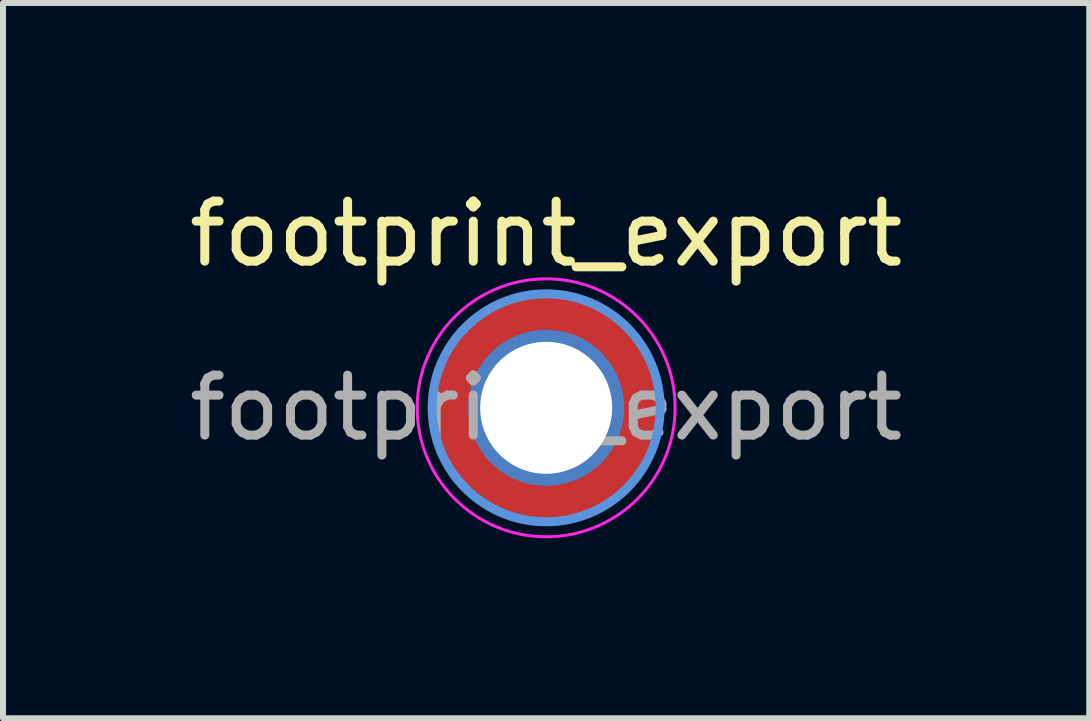
<source format=kicad_pcb>
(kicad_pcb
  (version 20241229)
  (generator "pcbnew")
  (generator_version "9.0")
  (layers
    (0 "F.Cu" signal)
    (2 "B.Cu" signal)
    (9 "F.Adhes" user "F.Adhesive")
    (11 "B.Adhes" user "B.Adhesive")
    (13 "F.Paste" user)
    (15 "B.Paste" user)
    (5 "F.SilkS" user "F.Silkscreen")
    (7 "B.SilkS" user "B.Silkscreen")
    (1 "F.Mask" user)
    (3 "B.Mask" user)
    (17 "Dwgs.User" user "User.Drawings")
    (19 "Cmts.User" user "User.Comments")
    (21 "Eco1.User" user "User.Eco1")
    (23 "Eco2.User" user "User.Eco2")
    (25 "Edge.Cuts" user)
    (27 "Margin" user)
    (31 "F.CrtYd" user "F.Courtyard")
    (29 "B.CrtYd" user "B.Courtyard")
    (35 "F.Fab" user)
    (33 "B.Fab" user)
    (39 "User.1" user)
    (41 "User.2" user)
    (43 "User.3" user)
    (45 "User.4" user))
  (footprint "footprint_export"
    (layer "F.Cu")
    (at 6.054 3.748)
    (property "Reference" "footprint_export" (at 0 -2.9 0) (layer "F.SilkS") (effects (font (size 1 1) (thickness 0.15))))
    (attr exclude_from_pos_files exclude_from_bom)
    (fp_circle (center 0 0) (end 1.9 0) (stroke (width 0.15) (type solid)) (fill no) (layer "Cmts.User"))
    (fp_circle (center 0 0) (end 2.15 0) (stroke (width 0.05) (type solid)) (fill no) (layer "F.CrtYd"))
    (fp_text user "${REFERENCE}" (at 0 0 0) (layer "F.Fab") (effects (font (size 1 1) (thickness 0.15))))
    (pad "1" thru_hole circle (at 0 0) (size 2.6 2.6) (drill 2.2) (layers "*.Cu" "*.Mask"))
    (pad "1" connect circle (at 0 0) (size 3.8 3.8) (layers "F.Cu" "F.Mask")))
  (gr_rect
    (start -3 -3)
    (end 15.107 8.923)
    (stroke (width 0.1) (type default))
    (fill no)
    (layer "Edge.Cuts")))
</source>
